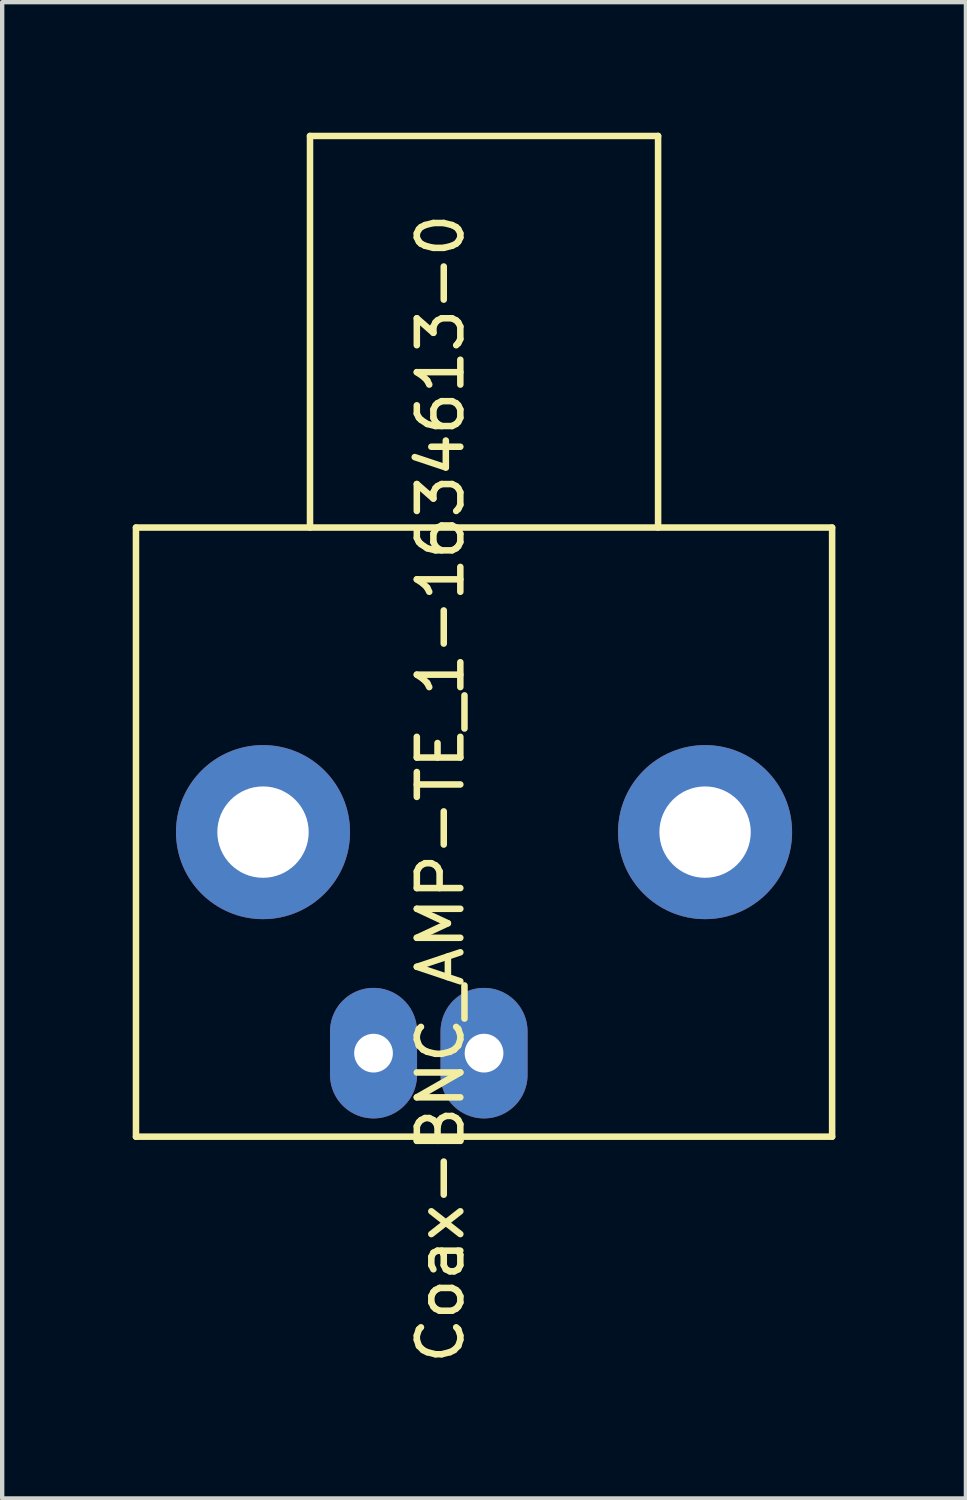
<source format=kicad_pcb>
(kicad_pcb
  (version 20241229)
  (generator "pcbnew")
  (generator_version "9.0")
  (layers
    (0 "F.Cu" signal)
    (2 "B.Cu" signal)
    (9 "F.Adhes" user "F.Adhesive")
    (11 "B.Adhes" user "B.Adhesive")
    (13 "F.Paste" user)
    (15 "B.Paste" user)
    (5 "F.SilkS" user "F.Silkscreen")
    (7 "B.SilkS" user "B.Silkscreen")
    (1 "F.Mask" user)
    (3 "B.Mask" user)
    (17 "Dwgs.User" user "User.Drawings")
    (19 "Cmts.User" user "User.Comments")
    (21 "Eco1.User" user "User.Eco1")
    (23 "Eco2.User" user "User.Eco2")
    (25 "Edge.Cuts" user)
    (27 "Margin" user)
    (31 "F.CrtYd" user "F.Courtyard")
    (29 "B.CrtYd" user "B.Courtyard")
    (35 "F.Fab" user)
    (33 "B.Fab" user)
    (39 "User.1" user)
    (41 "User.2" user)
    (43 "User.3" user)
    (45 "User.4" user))
  (footprint "Coax-BNC_AMP-TE_1-1634613-0"
    (layer "F.Cu")
    (at 8.075 16.075)
    (property "Reference" "Coax-BNC_AMP-TE_1-1634613-0" (at -1 -1 90) (layer "F.SilkS") (effects (font (size 1 1) (thickness 0.15))))
    (attr through_hole)
    (fp_line (start -8 -7) (end -8 7) (stroke (width 0.15) (type solid)) (layer "F.SilkS"))
    (fp_line (start -8 7) (end 8 7) (stroke (width 0.15) (type solid)) (layer "F.SilkS"))
    (fp_line (start -4 -16) (end 4 -16) (stroke (width 0.15) (type solid)) (layer "F.SilkS"))
    (fp_line (start -4 -7) (end -4 -16) (stroke (width 0.15) (type solid)) (layer "F.SilkS"))
    (fp_line (start 4 -16) (end 4 -7) (stroke (width 0.15) (type solid)) (layer "F.SilkS"))
    (fp_line (start 8 -7) (end -8 -7) (stroke (width 0.15) (type solid)) (layer "F.SilkS"))
    (fp_line (start 8 7) (end 8 -7) (stroke (width 0.15) (type solid)) (layer "F.SilkS"))
    (pad "1" thru_hole oval (at 0 5.08) (size 2 3) (drill 0.89) (layers "*.Cu" "*.Mask"))
    (pad "2" thru_hole oval (at -2.54 5.08) (size 2 3) (drill 0.89) (layers "*.Cu" "*.Mask"))
    (pad "3" thru_hole circle (at -5.08 0) (size 4 4) (drill 2.1) (layers "*.Cu" "*.Mask"))
    (pad "3" thru_hole circle (at 5.08 0) (size 4 4) (drill 2.1) (layers "*.Cu" "*.Mask")))
  (gr_rect
    (start -3 -3)
    (end 19.15 31.39)
    (stroke (width 0.1) (type default))
    (fill no)
    (layer "Edge.Cuts")))
</source>
